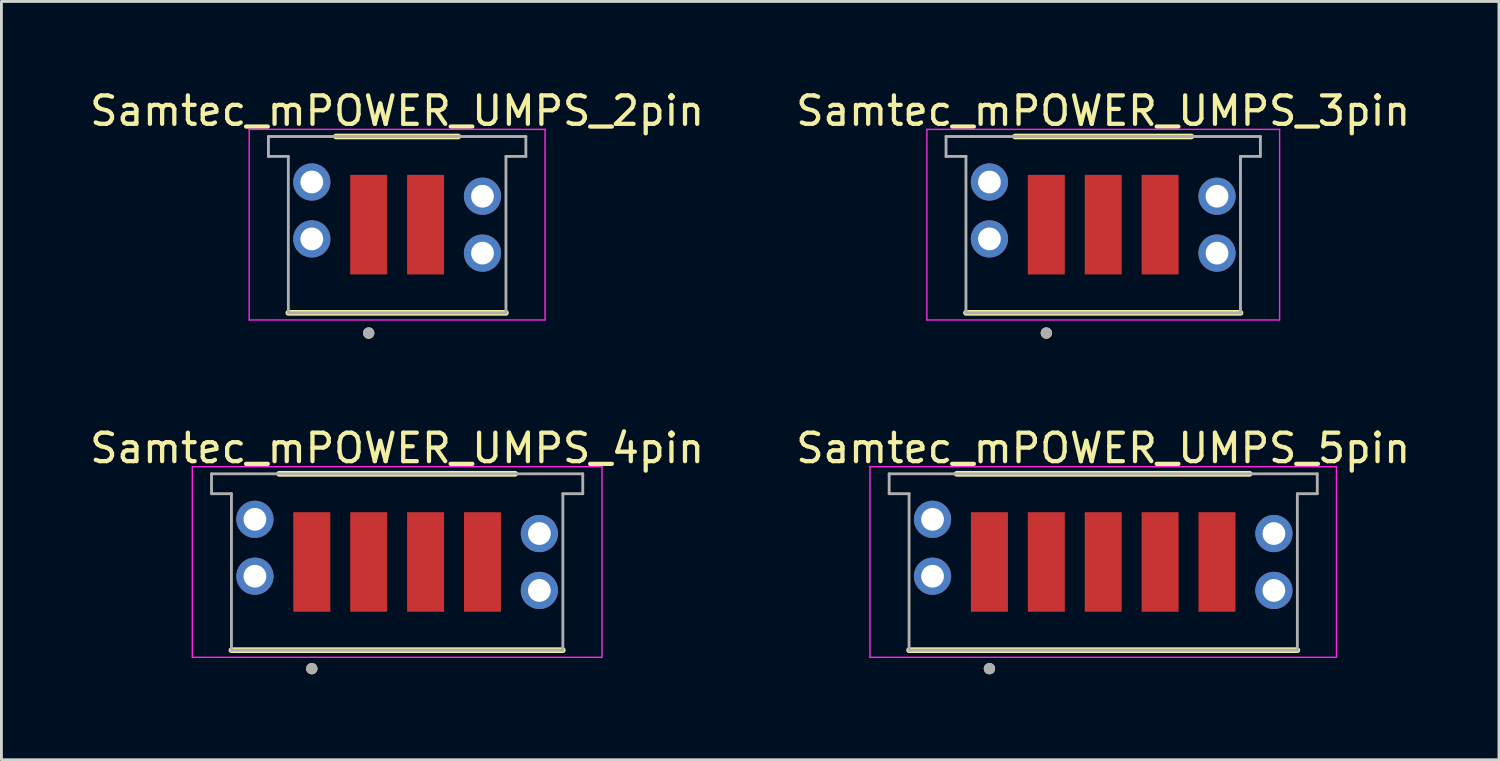
<source format=kicad_pcb>
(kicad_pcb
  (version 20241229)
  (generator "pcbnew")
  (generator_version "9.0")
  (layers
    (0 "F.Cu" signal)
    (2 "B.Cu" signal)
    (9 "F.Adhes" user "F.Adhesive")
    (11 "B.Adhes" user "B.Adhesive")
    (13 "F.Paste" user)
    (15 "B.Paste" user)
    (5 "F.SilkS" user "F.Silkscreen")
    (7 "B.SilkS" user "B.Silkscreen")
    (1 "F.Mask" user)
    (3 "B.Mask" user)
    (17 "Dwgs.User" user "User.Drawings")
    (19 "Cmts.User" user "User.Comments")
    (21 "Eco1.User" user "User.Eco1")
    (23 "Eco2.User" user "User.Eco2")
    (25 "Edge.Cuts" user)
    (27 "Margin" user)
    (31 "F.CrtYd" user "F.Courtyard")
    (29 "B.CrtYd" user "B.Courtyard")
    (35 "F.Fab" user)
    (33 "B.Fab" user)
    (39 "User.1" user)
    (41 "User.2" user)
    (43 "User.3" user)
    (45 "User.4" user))
  (footprint "Samtec_mPOWER_UMPS_5pin"
    (layer "F.Cu")
    (at 35.732 16.706)
    (property "Reference" "Samtec_mPOWER_UMPS_5pin" (at 0 -4 0) (layer "F.SilkS") (effects (font (size 1 1) (thickness 0.15))))
    (attr through_hole)
    (fp_line (start -6.825 3.1) (end 6.825 3.1) (stroke (width 0.2) (type solid)) (layer "F.SilkS"))
    (fp_line (start -5.15 -3.1) (end 5.15 -3.1) (stroke (width 0.2) (type solid)) (layer "F.SilkS"))
    (fp_circle (center -4 3.75) (end -3.9 3.75) (stroke (width 0.2) (type solid)) (fill no) (layer "F.SilkS"))
    (fp_poly (pts (xy -7.95 -3.13) (xy -5.5 -3.13) (xy -5.5 -0.85) (xy -7.95 -0.85)) (stroke (width 0.01) (type solid)) (fill yes) (layer "F.Paste"))
    (fp_poly (pts (xy -7.95 -0.15) (xy -5.5 -0.15) (xy -5.5 2.13) (xy -7.95 2.13)) (stroke (width 0.01) (type solid)) (fill yes) (layer "F.Paste"))
    (fp_poly (pts (xy 5.5 -2.63) (xy 7.95 -2.63) (xy 7.95 -0.35) (xy 5.5 -0.35)) (stroke (width 0.01) (type solid)) (fill yes) (layer "F.Paste"))
    (fp_poly (pts (xy 5.5 0.35) (xy 7.95 0.35) (xy 7.95 2.63) (xy 5.5 2.63)) (stroke (width 0.01) (type solid)) (fill yes) (layer "F.Paste"))
    (fp_line (start -8.2 -3.35) (end 8.2 -3.35) (stroke (width 0.05) (type solid)) (layer "F.CrtYd"))
    (fp_line (start -8.2 3.35) (end -8.2 -3.35) (stroke (width 0.05) (type solid)) (layer "F.CrtYd"))
    (fp_line (start 8.2 -3.35) (end 8.2 3.35) (stroke (width 0.05) (type solid)) (layer "F.CrtYd"))
    (fp_line (start 8.2 3.35) (end -8.2 3.35) (stroke (width 0.05) (type solid)) (layer "F.CrtYd"))
    (fp_line (start -7.525 -3.1) (end 7.525 -3.1) (stroke (width 0.1) (type solid)) (layer "F.Fab"))
    (fp_line (start -7.525 -2.4) (end -7.525 -3.1) (stroke (width 0.1) (type solid)) (layer "F.Fab"))
    (fp_line (start -6.825 -2.4) (end -7.525 -2.4) (stroke (width 0.1) (type solid)) (layer "F.Fab"))
    (fp_line (start -6.825 3.1) (end -6.825 -2.4) (stroke (width 0.1) (type solid)) (layer "F.Fab"))
    (fp_line (start 6.825 -2.4) (end 6.825 3.1) (stroke (width 0.1) (type solid)) (layer "F.Fab"))
    (fp_line (start 6.825 3.1) (end -6.825 3.1) (stroke (width 0.1) (type solid)) (layer "F.Fab"))
    (fp_line (start 7.525 -3.1) (end 7.525 -2.4) (stroke (width 0.1) (type solid)) (layer "F.Fab"))
    (fp_line (start 7.525 -2.4) (end 6.825 -2.4) (stroke (width 0.1) (type solid)) (layer "F.Fab"))
    (fp_circle (center -4 3.75) (end -3.9 3.75) (stroke (width 0.2) (type solid)) (fill no) (layer "F.Fab"))
    (pad "" thru_hole circle (at -6 -1.5) (size 1.308 1.308) (drill 0.8) (layers "*.Cu" "*.Mask"))
    (pad "" thru_hole circle (at -6 0.5) (size 1.308 1.308) (drill 0.8) (layers "*.Cu" "*.Mask"))
    (pad "" thru_hole circle (at 6 -1) (size 1.308 1.308) (drill 0.8) (layers "*.Cu" "*.Mask"))
    (pad "" thru_hole circle (at 6 1) (size 1.308 1.308) (drill 0.8) (layers "*.Cu" "*.Mask"))
    (pad "1" smd rect (at -4 0) (size 1.3 3.5) (layers "F.Cu" "F.Mask" "F.Paste"))
    (pad "2" smd rect (at -2 0) (size 1.3 3.5) (layers "F.Cu" "F.Mask" "F.Paste"))
    (pad "3" smd rect (at 0 0) (size 1.3 3.5) (layers "F.Cu" "F.Mask" "F.Paste"))
    (pad "4" smd rect (at 2 0) (size 1.3 3.5) (layers "F.Cu" "F.Mask" "F.Paste"))
    (pad "5" smd rect (at 4 0) (size 1.3 3.5) (layers "F.Cu" "F.Mask" "F.Paste")))
  (footprint "Samtec_mPOWER_UMPS_4pin"
    (layer "F.Cu")
    (at 10.911 16.706)
    (property "Reference" "Samtec_mPOWER_UMPS_4pin" (at 0 -4 0) (layer "F.SilkS") (effects (font (size 1 1) (thickness 0.15))))
    (attr through_hole)
    (fp_line (start -5.825 3.1) (end 5.825 3.1) (stroke (width 0.2) (type solid)) (layer "F.SilkS"))
    (fp_line (start -4.15 -3.1) (end 4.15 -3.1) (stroke (width 0.2) (type solid)) (layer "F.SilkS"))
    (fp_circle (center -3 3.75) (end -2.9 3.75) (stroke (width 0.2) (type solid)) (fill no) (layer "F.SilkS"))
    (fp_poly (pts (xy -6.95 -3.13) (xy -4.5 -3.13) (xy -4.5 -0.85) (xy -6.95 -0.85)) (stroke (width 0.01) (type solid)) (fill yes) (layer "F.Paste"))
    (fp_poly (pts (xy -6.95 -0.15) (xy -4.5 -0.15) (xy -4.5 2.13) (xy -6.95 2.13)) (stroke (width 0.01) (type solid)) (fill yes) (layer "F.Paste"))
    (fp_poly (pts (xy 4.5 -2.63) (xy 6.95 -2.63) (xy 6.95 -0.35) (xy 4.5 -0.35)) (stroke (width 0.01) (type solid)) (fill yes) (layer "F.Paste"))
    (fp_poly (pts (xy 4.5 0.35) (xy 6.95 0.35) (xy 6.95 2.63) (xy 4.5 2.63)) (stroke (width 0.01) (type solid)) (fill yes) (layer "F.Paste"))
    (fp_line (start -7.2 -3.35) (end 7.2 -3.35) (stroke (width 0.05) (type solid)) (layer "F.CrtYd"))
    (fp_line (start -7.2 3.35) (end -7.2 -3.35) (stroke (width 0.05) (type solid)) (layer "F.CrtYd"))
    (fp_line (start 7.2 -3.35) (end 7.2 3.35) (stroke (width 0.05) (type solid)) (layer "F.CrtYd"))
    (fp_line (start 7.2 3.35) (end -7.2 3.35) (stroke (width 0.05) (type solid)) (layer "F.CrtYd"))
    (fp_line (start -6.525 -3.1) (end 6.525 -3.1) (stroke (width 0.1) (type solid)) (layer "F.Fab"))
    (fp_line (start -6.525 -2.4) (end -6.525 -3.1) (stroke (width 0.1) (type solid)) (layer "F.Fab"))
    (fp_line (start -5.825 -2.4) (end -6.525 -2.4) (stroke (width 0.1) (type solid)) (layer "F.Fab"))
    (fp_line (start -5.825 3.1) (end -5.825 -2.4) (stroke (width 0.1) (type solid)) (layer "F.Fab"))
    (fp_line (start 5.825 -2.4) (end 5.825 3.1) (stroke (width 0.1) (type solid)) (layer "F.Fab"))
    (fp_line (start 5.825 3.1) (end -5.825 3.1) (stroke (width 0.1) (type solid)) (layer "F.Fab"))
    (fp_line (start 6.525 -3.1) (end 6.525 -2.4) (stroke (width 0.1) (type solid)) (layer "F.Fab"))
    (fp_line (start 6.525 -2.4) (end 5.825 -2.4) (stroke (width 0.1) (type solid)) (layer "F.Fab"))
    (fp_circle (center -3 3.75) (end -2.9 3.75) (stroke (width 0.2) (type solid)) (fill no) (layer "F.Fab"))
    (pad "1" smd rect (at -3 0) (size 1.3 3.5) (layers "F.Cu" "F.Mask" "F.Paste"))
    (pad "2" smd rect (at -1 0) (size 1.3 3.5) (layers "F.Cu" "F.Mask" "F.Paste"))
    (pad "3" smd rect (at 1 0) (size 1.3 3.5) (layers "F.Cu" "F.Mask" "F.Paste"))
    (pad "4" smd rect (at 3 0) (size 1.3 3.5) (layers "F.Cu" "F.Mask" "F.Paste"))
    (pad "MP" thru_hole circle (at -5 -1.5) (size 1.308 1.308) (drill 0.8) (layers "*.Cu" "*.Mask"))
    (pad "MP" thru_hole circle (at -5 0.5) (size 1.308 1.308) (drill 0.8) (layers "*.Cu" "*.Mask"))
    (pad "MP" thru_hole circle (at 5 -1) (size 1.308 1.308) (drill 0.8) (layers "*.Cu" "*.Mask"))
    (pad "MP" thru_hole circle (at 5 1) (size 1.308 1.308) (drill 0.8) (layers "*.Cu" "*.Mask")))
  (footprint "Samtec_mPOWER_UMPS_2pin"
    (layer "F.Cu")
    (at 10.911 4.848)
    (property "Reference" "Samtec_mPOWER_UMPS_2pin" (at 0 -4 0) (layer "F.SilkS") (effects (font (size 1 1) (thickness 0.15))))
    (attr through_hole)
    (fp_line (start -2.15 -3.1) (end 2.15 -3.1) (stroke (width 0.2) (type solid)) (layer "F.SilkS"))
    (fp_line (start 3.825 3.1) (end -3.825 3.1) (stroke (width 0.2) (type solid)) (layer "F.SilkS"))
    (fp_circle (center -1 3.81) (end -0.9 3.81) (stroke (width 0.2) (type solid)) (fill no) (layer "F.SilkS"))
    (fp_poly (pts (xy -4.95 -3.13) (xy -2.5 -3.13) (xy -2.5 -0.85) (xy -4.95 -0.85)) (stroke (width 0.01) (type solid)) (fill yes) (layer "F.Paste"))
    (fp_poly (pts (xy -4.95 -0.15) (xy -2.5 -0.15) (xy -2.5 2.13) (xy -4.95 2.13)) (stroke (width 0.01) (type solid)) (fill yes) (layer "F.Paste"))
    (fp_poly (pts (xy 2.5 -2.63) (xy 4.95 -2.63) (xy 4.95 -0.35) (xy 2.5 -0.35)) (stroke (width 0.01) (type solid)) (fill yes) (layer "F.Paste"))
    (fp_poly (pts (xy 2.5 0.35) (xy 4.95 0.35) (xy 4.95 2.63) (xy 2.5 2.63)) (stroke (width 0.01) (type solid)) (fill yes) (layer "F.Paste"))
    (fp_line (start -5.2 -3.35) (end 5.2 -3.35) (stroke (width 0.05) (type solid)) (layer "F.CrtYd"))
    (fp_line (start -5.2 3.35) (end -5.2 -3.35) (stroke (width 0.05) (type solid)) (layer "F.CrtYd"))
    (fp_line (start 5.2 -3.35) (end 5.2 3.35) (stroke (width 0.05) (type solid)) (layer "F.CrtYd"))
    (fp_line (start 5.2 3.35) (end -5.2 3.35) (stroke (width 0.05) (type solid)) (layer "F.CrtYd"))
    (fp_line (start -4.525 -3.1) (end 4.525 -3.1) (stroke (width 0.1) (type solid)) (layer "F.Fab"))
    (fp_line (start -4.525 -2.4) (end -4.525 -3.1) (stroke (width 0.1) (type solid)) (layer "F.Fab"))
    (fp_line (start -3.825 -2.4) (end -4.525 -2.4) (stroke (width 0.1) (type solid)) (layer "F.Fab"))
    (fp_line (start -3.825 3.1) (end -3.825 -2.4) (stroke (width 0.1) (type solid)) (layer "F.Fab"))
    (fp_line (start 3.825 -2.4) (end 3.825 3.1) (stroke (width 0.1) (type solid)) (layer "F.Fab"))
    (fp_line (start 3.825 3.1) (end -3.825 3.1) (stroke (width 0.1) (type solid)) (layer "F.Fab"))
    (fp_line (start 4.525 -3.1) (end 4.525 -2.4) (stroke (width 0.1) (type solid)) (layer "F.Fab"))
    (fp_line (start 4.525 -2.4) (end 3.825 -2.4) (stroke (width 0.1) (type solid)) (layer "F.Fab"))
    (fp_circle (center -1 3.81) (end -0.9 3.81) (stroke (width 0.2) (type solid)) (fill no) (layer "F.Fab"))
    (pad "1" smd rect (at -1 0) (size 1.3 3.5) (layers "F.Cu" "F.Mask" "F.Paste"))
    (pad "2" smd rect (at 1 0) (size 1.3 3.5) (layers "F.Cu" "F.Mask" "F.Paste"))
    (pad "MP" thru_hole circle (at -3 -1.5) (size 1.308 1.308) (drill 0.8) (layers "*.Cu" "*.Mask"))
    (pad "MP" thru_hole circle (at -3 0.5) (size 1.308 1.308) (drill 0.8) (layers "*.Cu" "*.Mask"))
    (pad "MP" thru_hole circle (at 3 -1) (size 1.308 1.308) (drill 0.8) (layers "*.Cu" "*.Mask"))
    (pad "MP" thru_hole circle (at 3 1) (size 1.308 1.308) (drill 0.8) (layers "*.Cu" "*.Mask")))
  (footprint "Samtec_mPOWER_UMPS_3pin"
    (layer "F.Cu")
    (at 35.732 4.848)
    (property "Reference" "Samtec_mPOWER_UMPS_3pin" (at 0 -4 0) (layer "F.SilkS") (effects (font (size 1 1) (thickness 0.15))))
    (attr through_hole)
    (fp_line (start -3.1 -3.1) (end 3.1 -3.1) (stroke (width 0.2) (type solid)) (layer "F.SilkS"))
    (fp_line (start 4.825 3.1) (end -4.825 3.1) (stroke (width 0.2) (type solid)) (layer "F.SilkS"))
    (fp_circle (center -2 3.81) (end -1.9 3.81) (stroke (width 0.2) (type solid)) (fill no) (layer "F.SilkS"))
    (fp_poly (pts (xy -5.95 -3.13) (xy -3.5 -3.13) (xy -3.5 -0.85) (xy -5.95 -0.85)) (stroke (width 0.01) (type solid)) (fill yes) (layer "F.Paste"))
    (fp_poly (pts (xy -5.95 -0.15) (xy -3.5 -0.15) (xy -3.5 2.13) (xy -5.95 2.13)) (stroke (width 0.01) (type solid)) (fill yes) (layer "F.Paste"))
    (fp_poly (pts (xy 3.5 -2.63) (xy 5.95 -2.63) (xy 5.95 -0.35) (xy 3.5 -0.35)) (stroke (width 0.01) (type solid)) (fill yes) (layer "F.Paste"))
    (fp_poly (pts (xy 3.5 0.35) (xy 5.95 0.35) (xy 5.95 2.63) (xy 3.5 2.63)) (stroke (width 0.01) (type solid)) (fill yes) (layer "F.Paste"))
    (fp_line (start -6.2 -3.35) (end 6.2 -3.35) (stroke (width 0.05) (type solid)) (layer "F.CrtYd"))
    (fp_line (start -6.2 3.35) (end -6.2 -3.35) (stroke (width 0.05) (type solid)) (layer "F.CrtYd"))
    (fp_line (start 6.2 -3.35) (end 6.2 3.35) (stroke (width 0.05) (type solid)) (layer "F.CrtYd"))
    (fp_line (start 6.2 3.35) (end -6.2 3.35) (stroke (width 0.05) (type solid)) (layer "F.CrtYd"))
    (fp_line (start -5.525 -3.1) (end 5.525 -3.1) (stroke (width 0.1) (type solid)) (layer "F.Fab"))
    (fp_line (start -5.525 -2.4) (end -5.525 -3.1) (stroke (width 0.1) (type solid)) (layer "F.Fab"))
    (fp_line (start -4.825 -2.4) (end -5.525 -2.4) (stroke (width 0.1) (type solid)) (layer "F.Fab"))
    (fp_line (start -4.825 3.1) (end -4.825 -2.4) (stroke (width 0.1) (type solid)) (layer "F.Fab"))
    (fp_line (start 4.825 -2.4) (end 4.825 3.1) (stroke (width 0.1) (type solid)) (layer "F.Fab"))
    (fp_line (start 4.825 3.1) (end -4.825 3.1) (stroke (width 0.1) (type solid)) (layer "F.Fab"))
    (fp_line (start 5.525 -3.1) (end 5.525 -2.4) (stroke (width 0.1) (type solid)) (layer "F.Fab"))
    (fp_line (start 5.525 -2.4) (end 4.825 -2.4) (stroke (width 0.1) (type solid)) (layer "F.Fab"))
    (fp_circle (center -2 3.81) (end -1.9 3.81) (stroke (width 0.2) (type solid)) (fill no) (layer "F.Fab"))
    (pad "1" smd rect (at -2 0) (size 1.3 3.5) (layers "F.Cu" "F.Mask" "F.Paste"))
    (pad "2" smd rect (at 0 0) (size 1.3 3.5) (layers "F.Cu" "F.Mask" "F.Paste"))
    (pad "3" smd rect (at 2 0) (size 1.3 3.5) (layers "F.Cu" "F.Mask" "F.Paste"))
    (pad "MP" thru_hole circle (at -4 -1.5) (size 1.308 1.308) (drill 0.8) (layers "*.Cu" "*.Mask"))
    (pad "MP" thru_hole circle (at -4 0.5) (size 1.308 1.308) (drill 0.8) (layers "*.Cu" "*.Mask"))
    (pad "MP" thru_hole circle (at 4 -1) (size 1.308 1.308) (drill 0.8) (layers "*.Cu" "*.Mask"))
    (pad "MP" thru_hole circle (at 4 1) (size 1.308 1.308) (drill 0.8) (layers "*.Cu" "*.Mask")))
  (gr_rect
    (start -3 -3)
    (end 49.643 23.657)
    (stroke (width 0.1) (type default))
    (fill no)
    (layer "Edge.Cuts")))
</source>
